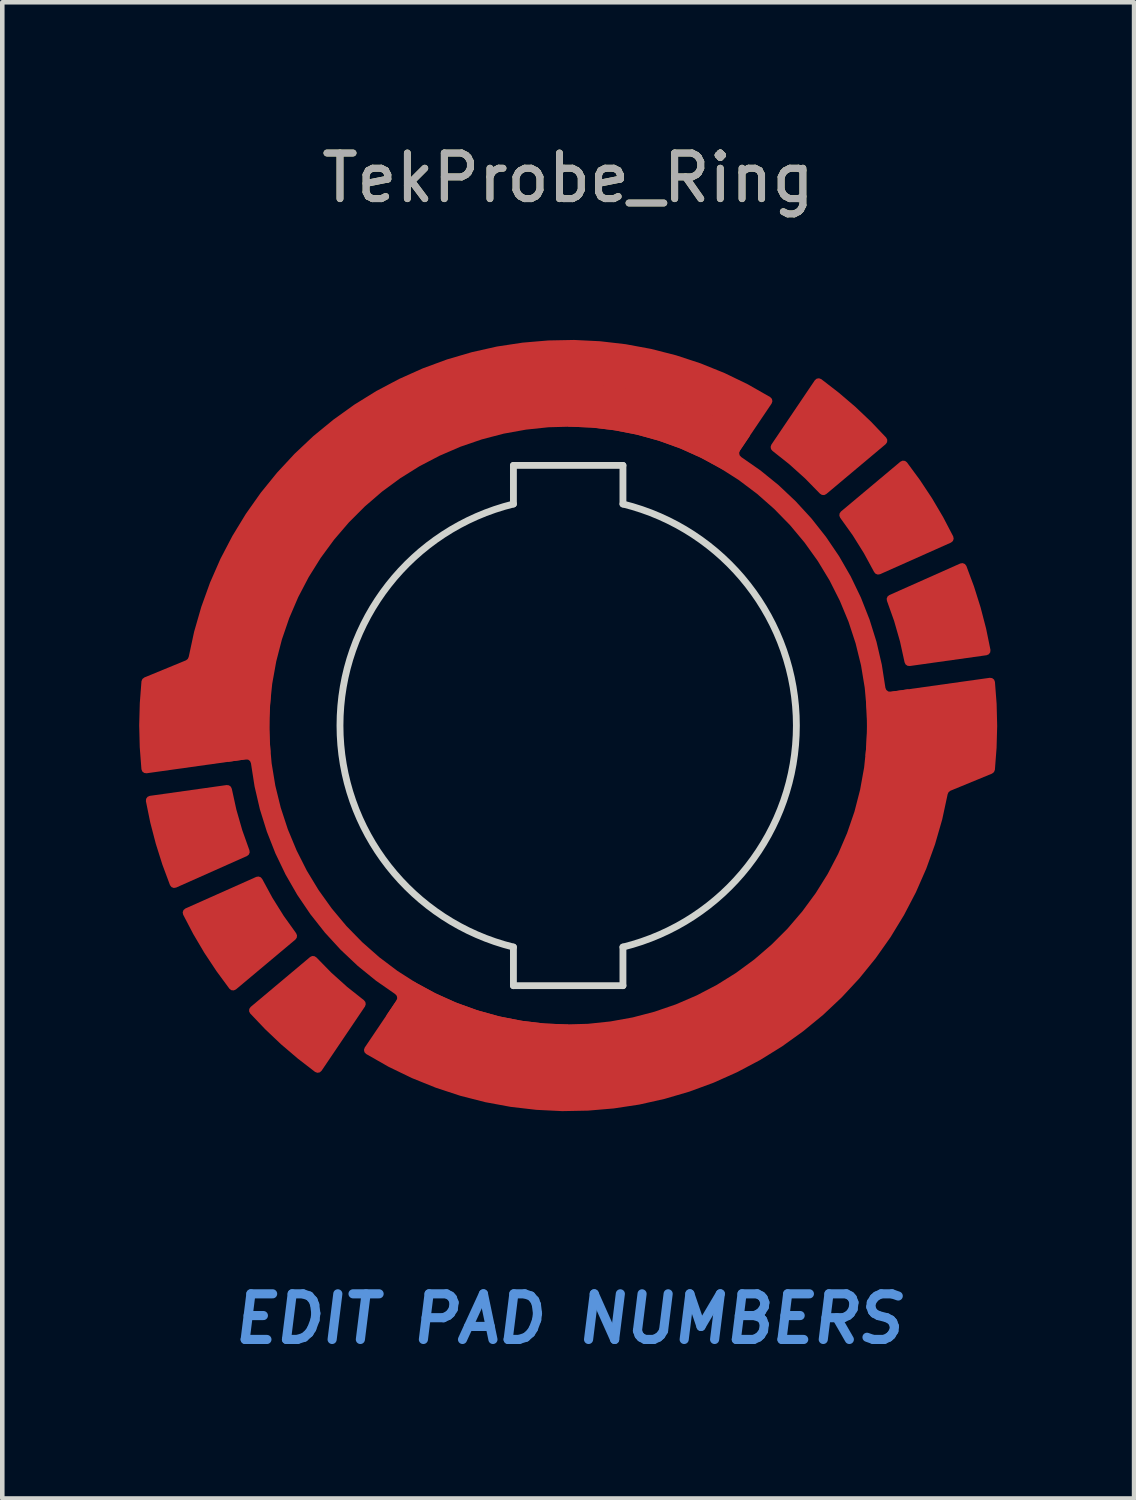
<source format=kicad_pcb>
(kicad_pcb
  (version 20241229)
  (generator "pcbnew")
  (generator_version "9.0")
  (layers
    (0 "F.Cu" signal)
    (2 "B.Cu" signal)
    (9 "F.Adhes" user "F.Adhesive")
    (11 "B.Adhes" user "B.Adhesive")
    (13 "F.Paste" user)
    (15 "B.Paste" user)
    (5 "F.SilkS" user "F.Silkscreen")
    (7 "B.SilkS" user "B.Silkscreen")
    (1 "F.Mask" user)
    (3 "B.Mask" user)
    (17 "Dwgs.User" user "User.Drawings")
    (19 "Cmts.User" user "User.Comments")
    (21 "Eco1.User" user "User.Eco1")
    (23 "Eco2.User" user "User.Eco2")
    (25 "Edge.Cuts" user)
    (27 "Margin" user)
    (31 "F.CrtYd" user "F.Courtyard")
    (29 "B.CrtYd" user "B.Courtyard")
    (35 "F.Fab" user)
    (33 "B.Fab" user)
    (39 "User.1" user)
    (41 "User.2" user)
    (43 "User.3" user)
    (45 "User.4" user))
  (footprint "TekProbe_Ring"
    (layer "F.Cu")
    (at 9.4 12.848)
    (property "Reference" "TekProbe_Ring" (at 0 -12 0) (layer "F.SilkS") (effects (font (size 1 1) (thickness 0.15))))
    (attr smd)
    (fp_line (start -1.2 -5.7) (end -1.2 -4.854) (stroke (width 0.15) (type solid)) (layer "Edge.Cuts"))
    (fp_line (start -1.2 -5.7) (end 1.2 -5.7) (stroke (width 0.15) (type solid)) (layer "Edge.Cuts"))
    (fp_line (start -1.2 4.854) (end -1.2 5.7) (stroke (width 0.15) (type solid)) (layer "Edge.Cuts"))
    (fp_line (start -1.2 5.7) (end 1.2 5.7) (stroke (width 0.15) (type solid)) (layer "Edge.Cuts"))
    (fp_line (start 1.2 -5.7) (end 1.2 -4.854) (stroke (width 0.15) (type solid)) (layer "Edge.Cuts"))
    (fp_line (start 1.2 5.7) (end 1.2 4.854) (stroke (width 0.15) (type solid)) (layer "Edge.Cuts"))
    (fp_arc (start -1.200056 4.853986) (mid -5.000131 -0.000029) (end -1.2 -4.854) (stroke (width 0.15) (type solid)) (layer "Edge.Cuts"))
    (fp_arc (start 1.200056 -4.853986) (mid 5.000131 0.000029) (end 1.2 4.854) (stroke (width 0.15) (type solid)) (layer "Edge.Cuts"))
    (fp_text user "EDIT PAD NUMBERS" (at 0 13 0) (layer "Cmts.User") (effects (font (size 1 1) (thickness 0.2) (italic yes))))
    (fp_text user "${REFERENCE}" (at 0 -12 0) (layer "F.Fab") (effects (font (size 1 1) (thickness 0.15))))
    (pad "#" smd custom (at -8.45 -0.006) (size 0.4 0.4) (layers "F.Cu" "F.Mask") (options (anchor circle)) (primitives (gr_poly (pts (xy 1.885 0.664) (xy 1.839 0.683) (xy -0.788 1.052) (xy -0.84 1.045) (xy -0.882 1.013) (xy -0.901 0.963) (xy -0.938 0.482) (xy -0.95 -0.001) (xy -0.937 -0.483) (xy -0.9 -0.965) (xy -0.88 -1.014) (xy -0.838 -1.047) (xy 0.075 -1.423) (xy 0.114 -1.453) (xy 0.135 -1.498) (xy 0.254 -2.051) (xy 0.411 -2.595) (xy 0.603 -3.128) (xy 0.83 -3.646) (xy 1.092 -4.148) (xy 1.387 -4.632) (xy 1.713 -5.094) (xy 2.07 -5.534) (xy 2.455 -5.949) (xy 2.867 -6.337) (xy 3.305 -6.696) (xy 3.765 -7.026) (xy 4.246 -7.324) (xy 4.747 -7.589) (xy 5.263 -7.82) (xy 5.795 -8.016) (xy 6.338 -8.175) (xy 6.89 -8.299) (xy 7.45 -8.384) (xy 8.014 -8.432) (xy 8.58 -8.443) (xy 9.146 -8.415) (xy 9.708 -8.35) (xy 10.265 -8.247) (xy 10.813 -8.107) (xy 11.351 -7.93) (xy 11.876 -7.718) (xy 12.386 -7.471) (xy 12.877 -7.191) (xy 12.914 -7.152) (xy 12.925 -7.1) (xy 12.908 -7.05) (xy 11.956 -5.639) (xy 11.919 -5.606) (xy 11.87 -5.595) (xy 11.822 -5.609) (xy 11.387 -5.848) (xy 10.935 -6.054) (xy 10.469 -6.225) (xy 9.991 -6.36) (xy 9.505 -6.458) (xy 9.012 -6.52) (xy 8.516 -6.543) (xy 8.02 -6.53) (xy 7.526 -6.478) (xy 7.038 -6.39) (xy 6.557 -6.264) (xy 6.088 -6.103) (xy 5.632 -5.906) (xy 5.192 -5.676) (xy 4.771 -5.413) (xy 4.371 -5.119) (xy 3.995 -4.795) (xy 3.644 -4.444) (xy 3.321 -4.067) (xy 3.027 -3.667) (xy 2.764 -3.246) (xy 2.534 -2.806) (xy 2.338 -2.349) (xy 2.177 -1.88) (xy 2.053 -1.399) (xy 1.965 -0.911) (xy 1.914 -0.417) (xy 1.9 0.079) (xy 1.925 0.575) (xy 1.916 0.625)) (width 0) (fill yes))))
    (pad "#" smd custom (at -8.123 2.329) (size 0.4 0.4) (layers "F.Cu" "F.Mask") (options (anchor circle)) (primitives (gr_poly (pts (xy -0.57 1.21) (xy -0.521 1.23) (xy -0.469 1.222) (xy 1.085 0.53) (xy 1.125 0.499) (xy 1.144 0.453) (xy 1.138 0.403) (xy 0.981 -0.038) (xy 0.852 -0.488) (xy 0.752 -0.944) (xy 0.73 -0.99) (xy 0.689 -1.019) (xy 0.639 -1.025) (xy -1.046 -0.788) (xy -1.094 -0.767) (xy -1.125 -0.724) (xy -1.13 -0.672) (xy -1.034 -0.202) (xy -0.913 0.262) (xy -0.769 0.719) (xy -0.602 1.168)) (width 0) (fill yes))))
    (pad "#" smd custom (at -7.166 4.478) (size 0.4 0.4) (layers "F.Cu" "F.Mask") (options (anchor circle)) (primitives (gr_poly (pts (xy -1.263 -0.436) (xy -1.222 -0.469) (xy 0.332 -1.162) (xy 0.382 -1.17) (xy 0.429 -1.153) (xy 0.462 -1.115) (xy 0.685 -0.704) (xy 0.933 -0.307) (xy 1.205 0.073) (xy 1.224 0.12) (xy 1.219 0.17) (xy 1.19 0.211) (xy -0.114 1.304) (xy -0.162 1.326) (xy -0.215 1.321) (xy -0.257 1.289) (xy -0.541 0.903) (xy -0.806 0.503) (xy -1.049 0.091) (xy -1.271 -0.334) (xy -1.281 -0.386)) (width 0) (fill yes))))
    (pad "#" smd custom (at -5.746 3.59) (size 0.4 0.4) (layers "F.Cu" "F.Mask") (options (anchor circle)) (primitives (gr_poly (pts (xy -1.75 -3.856) (xy -1.712 -4.386) (xy -0.771 -4.254) (xy -0.802 -3.757) (xy -0.796 -3.259) (xy -0.752 -2.763) (xy -0.671 -2.272) (xy -0.552 -1.789) (xy -0.397 -1.316) (xy -0.206 -0.856) (xy 0.018 -0.412) (xy 0.276 0.014) (xy 0.566 0.419) (xy 0.885 0.801) (xy 1.233 1.157) (xy 1.606 1.486) (xy 2.004 1.786) (xy 2.423 2.054) (xy 2.861 2.29) (xy 3.316 2.492) (xy 3.785 2.659) (xy 4.265 2.79) (xy 4.754 2.884) (xy 5.248 2.941) (xy 5.746 2.96) (xy 5.746 3.91) (xy 5.221 3.891) (xy 4.699 3.836) (xy 4.182 3.745) (xy 3.673 3.618) (xy 3.173 3.455) (xy 2.687 3.258) (xy 2.215 3.027) (xy 1.761 2.764) (xy 1.983 2.434) (xy 2 2.385) (xy 1.99 2.333) (xy 1.955 2.294) (xy 1.534 2.001) (xy 1.135 1.677) (xy 0.762 1.325) (xy 0.415 0.947) (xy 0.097 0.544) (xy -0.191 0.119) (xy -0.447 -0.326) (xy -0.669 -0.788) (xy -0.857 -1.266) (xy -1.01 -1.756) (xy -1.126 -2.256) (xy -1.205 -2.763) (xy -1.225 -2.811) (xy -1.267 -2.843) (xy -1.319 -2.85) (xy -1.712 -2.795) (xy -1.75 -3.325)) (width 0) (fill yes))))
    (pad "#" smd custom (at -5.654 6.28) (size 0.4 0.4) (layers "F.Cu" "F.Mask") (options (anchor circle)) (primitives (gr_poly (pts (xy -1.334 -0.071) (xy -1.304 -0.114) (xy -0.001 -1.208) (xy 0.044 -1.23) (xy 0.095 -1.226) (xy 0.137 -1.199) (xy 0.464 -0.865) (xy 0.812 -0.552) (xy 1.178 -0.262) (xy 1.21 -0.222) (xy 1.218 -0.173) (xy 1.202 -0.125) (xy 0.25 1.285) (xy 0.21 1.32) (xy 0.158 1.329) (xy 0.108 1.31) (xy -0.271 1.017) (xy -0.636 0.706) (xy -0.984 0.376) (xy -1.314 0.029) (xy -1.338 -0.018)) (width 0) (fill yes))))
    (pad "#" smd custom (at 5.654 -6.28) (size 0.4 0.4) (layers "F.Cu" "F.Mask") (options (anchor circle)) (primitives (gr_poly (pts (xy -1.218 0.173) (xy -1.202 0.125) (xy -0.25 -1.285) (xy -0.21 -1.32) (xy -0.158 -1.329) (xy -0.108 -1.31) (xy 0.271 -1.017) (xy 0.636 -0.706) (xy 0.984 -0.376) (xy 1.314 -0.029) (xy 1.338 0.018) (xy 1.334 0.071) (xy 1.304 0.114) (xy 0.001 1.208) (xy -0.044 1.23) (xy -0.095 1.226) (xy -0.137 1.199) (xy -0.464 0.865) (xy -0.812 0.552) (xy -1.178 0.262) (xy -1.21 0.222)) (width 0) (fill yes))))
    (pad "#" smd custom (at 5.746 -3.59) (size 0.4 0.4) (layers "F.Cu" "F.Mask") (options (anchor circle)) (primitives (gr_poly (pts (xy -5.221 -3.891) (xy -4.699 -3.836) (xy -4.182 -3.745) (xy -3.673 -3.618) (xy -3.173 -3.455) (xy -2.687 -3.258) (xy -2.215 -3.027) (xy -1.761 -2.764) (xy -1.983 -2.434) (xy -2 -2.385) (xy -1.99 -2.333) (xy -1.955 -2.294) (xy -1.534 -2.001) (xy -1.135 -1.677) (xy -0.762 -1.325) (xy -0.415 -0.947) (xy -0.097 -0.544) (xy 0.191 -0.119) (xy 0.447 0.326) (xy 0.669 0.788) (xy 0.857 1.266) (xy 1.01 1.756) (xy 1.126 2.256) (xy 1.205 2.763) (xy 1.225 2.811) (xy 1.267 2.843) (xy 1.319 2.85) (xy 1.712 2.795) (xy 1.75 3.325) (xy 1.75 3.856) (xy 1.712 4.386) (xy 0.771 4.254) (xy 0.802 3.757) (xy 0.796 3.259) (xy 0.752 2.763) (xy 0.671 2.272) (xy 0.552 1.789) (xy 0.397 1.316) (xy 0.206 0.856) (xy -0.018 0.412) (xy -0.276 -0.014) (xy -0.566 -0.419) (xy -0.885 -0.801) (xy -1.233 -1.157) (xy -1.606 -1.486) (xy -2.004 -1.786) (xy -2.423 -2.054) (xy -2.861 -2.29) (xy -3.316 -2.492) (xy -3.785 -2.659) (xy -4.265 -2.79) (xy -4.754 -2.884) (xy -5.248 -2.941) (xy -5.746 -2.96) (xy -5.746 -3.91)) (width 0) (fill yes))))
    (pad "#" smd custom (at 7.166 -4.478) (size 0.4 0.4) (layers "F.Cu" "F.Mask") (options (anchor circle)) (primitives (gr_poly (pts (xy -0.429 1.153) (xy -0.462 1.115) (xy -0.685 0.704) (xy -0.933 0.307) (xy -1.205 -0.073) (xy -1.224 -0.12) (xy -1.219 -0.17) (xy -1.19 -0.211) (xy 0.114 -1.304) (xy 0.162 -1.326) (xy 0.215 -1.321) (xy 0.257 -1.289) (xy 0.541 -0.903) (xy 0.806 -0.503) (xy 1.049 -0.091) (xy 1.271 0.334) (xy 1.281 0.386) (xy 1.263 0.436) (xy 1.222 0.469) (xy -0.332 1.162) (xy -0.382 1.17)) (width 0) (fill yes))))
    (pad "#" smd custom (at 8.123 -2.329) (size 0.4 0.4) (layers "F.Cu" "F.Mask") (options (anchor circle)) (primitives (gr_poly (pts (xy -0.73 0.99) (xy -0.752 0.944) (xy -0.852 0.488) (xy -0.981 0.038) (xy -1.138 -0.403) (xy -1.144 -0.453) (xy -1.125 -0.499) (xy -1.085 -0.53) (xy 0.469 -1.222) (xy 0.521 -1.23) (xy 0.57 -1.21) (xy 0.602 -1.168) (xy 0.769 -0.719) (xy 0.913 -0.262) (xy 1.034 0.202) (xy 1.13 0.672) (xy 1.125 0.724) (xy 1.094 0.767) (xy 1.046 0.788) (xy -0.639 1.025) (xy -0.689 1.019)) (width 0) (fill yes))))
    (pad "#" smd custom (at 8.45 0.006) (size 0.4 0.4) (layers "F.Cu" "F.Mask") (options (anchor circle)) (primitives (gr_poly (pts (xy -11.87 5.595) (xy -11.822 5.609) (xy -11.387 5.848) (xy -10.935 6.054) (xy -10.469 6.225) (xy -9.991 6.36) (xy -9.505 6.458) (xy -9.012 6.52) (xy -8.516 6.543) (xy -8.02 6.53) (xy -7.526 6.478) (xy -7.038 6.39) (xy -6.557 6.264) (xy -6.088 6.103) (xy -5.632 5.906) (xy -5.192 5.676) (xy -4.771 5.413) (xy -4.371 5.119) (xy -3.995 4.795) (xy -3.644 4.444) (xy -3.321 4.067) (xy -3.027 3.667) (xy -2.764 3.246) (xy -2.534 2.806) (xy -2.338 2.349) (xy -2.177 1.88) (xy -2.053 1.399) (xy -1.965 0.911) (xy -1.914 0.417) (xy -1.9 -0.079) (xy -1.925 -0.575) (xy -1.916 -0.625) (xy -1.885 -0.664) (xy -1.839 -0.683) (xy 0.788 -1.052) (xy 0.84 -1.045) (xy 0.882 -1.013) (xy 0.901 -0.963) (xy 0.938 -0.482) (xy 0.95 0.001) (xy 0.937 0.483) (xy 0.9 0.965) (xy 0.88 1.014) (xy 0.838 1.047) (xy -0.075 1.423) (xy -0.114 1.453) (xy -0.135 1.498) (xy -0.254 2.051) (xy -0.411 2.595) (xy -0.603 3.128) (xy -0.83 3.646) (xy -1.092 4.148) (xy -1.387 4.632) (xy -1.713 5.094) (xy -2.07 5.534) (xy -2.455 5.949) (xy -2.867 6.337) (xy -3.305 6.696) (xy -3.765 7.026) (xy -4.246 7.324) (xy -4.747 7.589) (xy -5.263 7.82) (xy -5.795 8.016) (xy -6.338 8.175) (xy -6.89 8.299) (xy -7.45 8.384) (xy -8.014 8.432) (xy -8.58 8.443) (xy -9.146 8.415) (xy -9.708 8.35) (xy -10.265 8.247) (xy -10.813 8.107) (xy -11.351 7.93) (xy -11.876 7.718) (xy -12.386 7.471) (xy -12.877 7.191) (xy -12.914 7.152) (xy -12.925 7.1) (xy -12.908 7.05) (xy -11.956 5.639) (xy -11.919 5.606)) (width 0) (fill yes)))))
  (gr_rect
    (start -3 -3)
    (end 21.8 29.784)
    (stroke (width 0.1) (type default))
    (fill no)
    (layer "Edge.Cuts")))
</source>
